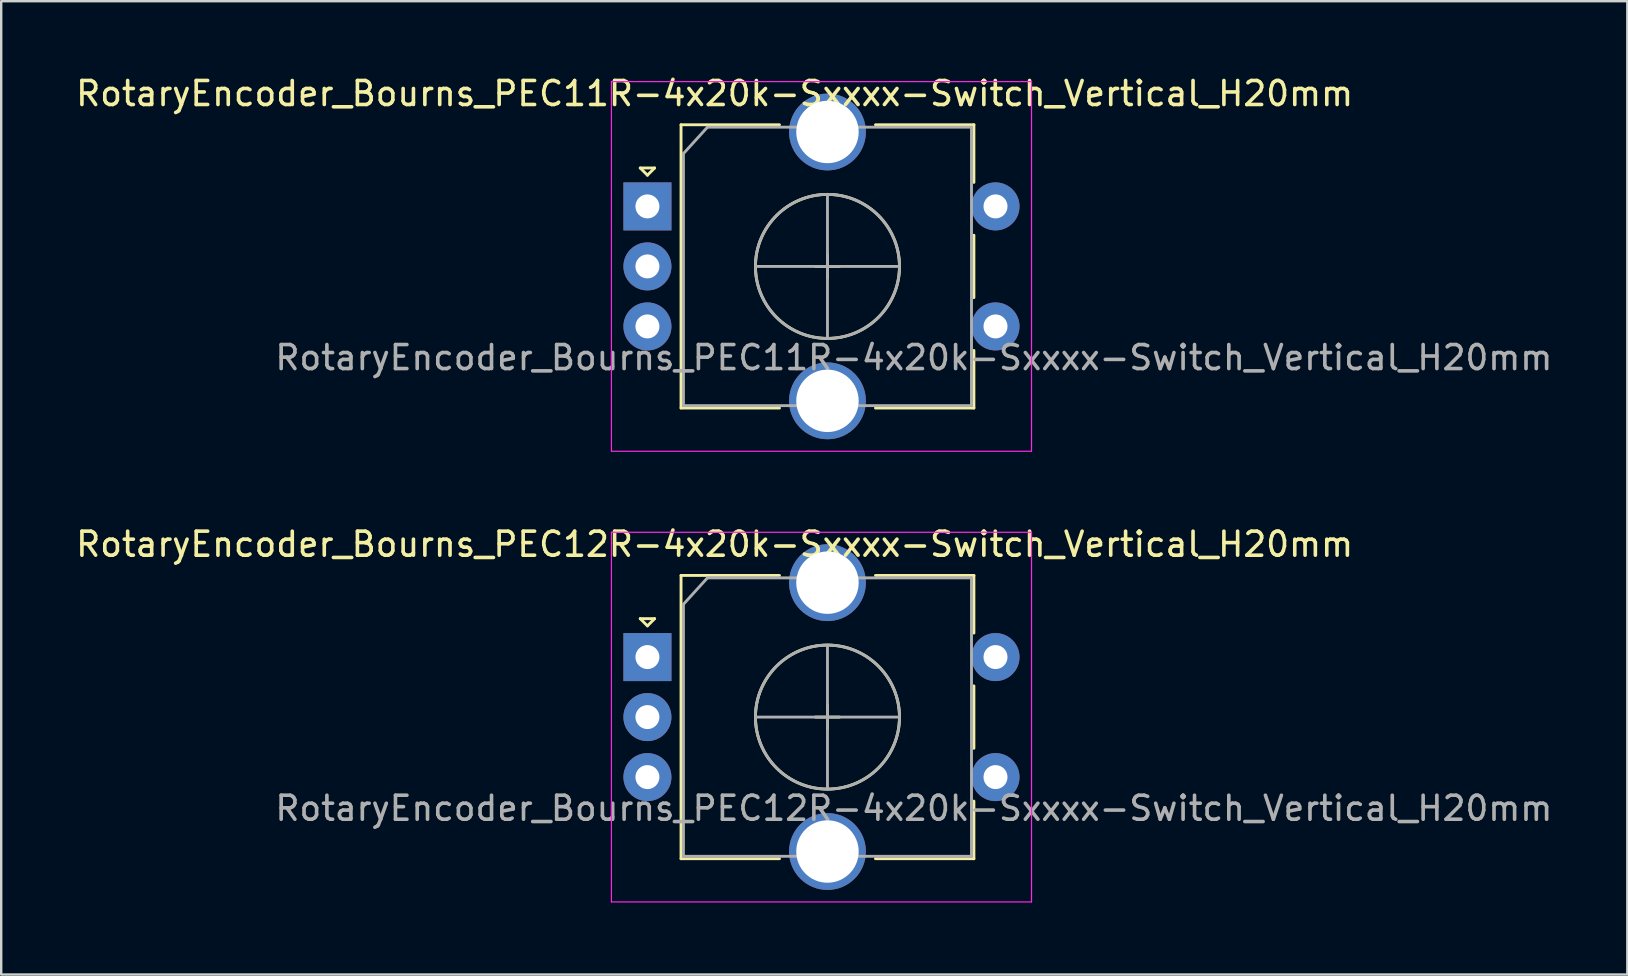
<source format=kicad_pcb>
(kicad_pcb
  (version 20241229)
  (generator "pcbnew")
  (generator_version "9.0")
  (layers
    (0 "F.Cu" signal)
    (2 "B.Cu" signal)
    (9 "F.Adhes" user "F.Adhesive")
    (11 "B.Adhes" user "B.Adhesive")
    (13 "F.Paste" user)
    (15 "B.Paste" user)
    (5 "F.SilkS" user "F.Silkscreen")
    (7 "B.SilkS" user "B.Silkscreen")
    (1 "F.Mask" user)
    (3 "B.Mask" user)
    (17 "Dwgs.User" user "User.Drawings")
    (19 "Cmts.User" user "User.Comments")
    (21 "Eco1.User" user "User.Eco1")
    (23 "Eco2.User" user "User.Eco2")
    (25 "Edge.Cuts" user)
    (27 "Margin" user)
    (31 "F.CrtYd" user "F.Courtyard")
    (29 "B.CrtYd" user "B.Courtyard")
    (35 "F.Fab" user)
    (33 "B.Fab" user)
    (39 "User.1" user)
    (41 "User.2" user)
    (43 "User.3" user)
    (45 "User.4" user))
  (footprint "RotaryEncoder_Bourns_PEC12R-4x20k-Sxxxx-Switch_Vertical_H20mm"
    (layer "F.Cu")
    (at 31.42 26.822)
    (property "Reference" "RotaryEncoder_Bourns_PEC12R-4x20k-Sxxxx-Switch_Vertical_H20mm" (at -4.7 -7.2 0) (layer "F.SilkS") (effects (font (size 1 1) (thickness 0.15))))
    (attr through_hole)
    (fp_line (start -7.8 -4.1) (end -7.2 -4.1) (stroke (width 0.12) (type solid)) (layer "F.SilkS"))
    (fp_line (start -7.5 -3.8) (end -7.8 -4.1) (stroke (width 0.12) (type solid)) (layer "F.SilkS"))
    (fp_line (start -7.2 -4.1) (end -7.5 -3.8) (stroke (width 0.12) (type solid)) (layer "F.SilkS"))
    (fp_line (start -6.1 -5.9) (end -6.1 5.9) (stroke (width 0.12) (type solid)) (layer "F.SilkS"))
    (fp_line (start -2 -5.9) (end -6.1 -5.9) (stroke (width 0.12) (type solid)) (layer "F.SilkS"))
    (fp_line (start -2 5.9) (end -6.1 5.9) (stroke (width 0.12) (type solid)) (layer "F.SilkS"))
    (fp_line (start -0.5 0) (end 0.5 0) (stroke (width 0.12) (type solid)) (layer "F.SilkS"))
    (fp_line (start 0 -0.5) (end 0 0.5) (stroke (width 0.12) (type solid)) (layer "F.SilkS"))
    (fp_line (start 2 -5.9) (end 6.1 -5.9) (stroke (width 0.12) (type solid)) (layer "F.SilkS"))
    (fp_line (start 6.1 -5.9) (end 6.1 -3.5) (stroke (width 0.12) (type solid)) (layer "F.SilkS"))
    (fp_line (start 6.1 -1.3) (end 6.1 1.3) (stroke (width 0.12) (type solid)) (layer "F.SilkS"))
    (fp_line (start 6.1 3.5) (end 6.1 5.9) (stroke (width 0.12) (type solid)) (layer "F.SilkS"))
    (fp_line (start 6.1 5.9) (end 2 5.9) (stroke (width 0.12) (type solid)) (layer "F.SilkS"))
    (fp_circle (center 0 0) (end 3 0) (stroke (width 0.12) (type solid)) (fill no) (layer "F.SilkS"))
    (fp_line (start -9 -7.7) (end -9 7.7) (stroke (width 0.05) (type solid)) (layer "F.CrtYd"))
    (fp_line (start -9 -7.7) (end 8.5 -7.7) (stroke (width 0.05) (type solid)) (layer "F.CrtYd"))
    (fp_line (start 8.5 7.7) (end -9 7.7) (stroke (width 0.05) (type solid)) (layer "F.CrtYd"))
    (fp_line (start 8.5 7.7) (end 8.5 -7.7) (stroke (width 0.05) (type solid)) (layer "F.CrtYd"))
    (fp_line (start -6 -4.7) (end -5 -5.8) (stroke (width 0.12) (type solid)) (layer "F.Fab"))
    (fp_line (start -6 5.8) (end -6 -4.7) (stroke (width 0.12) (type solid)) (layer "F.Fab"))
    (fp_line (start -5 -5.8) (end 6 -5.8) (stroke (width 0.12) (type solid)) (layer "F.Fab"))
    (fp_line (start -3 0) (end 3 0) (stroke (width 0.12) (type solid)) (layer "F.Fab"))
    (fp_line (start 0 -3) (end 0 3) (stroke (width 0.12) (type solid)) (layer "F.Fab"))
    (fp_line (start 6 -5.8) (end 6 5.8) (stroke (width 0.12) (type solid)) (layer "F.Fab"))
    (fp_line (start 6 5.8) (end -6 5.8) (stroke (width 0.12) (type solid)) (layer "F.Fab"))
    (fp_circle (center 0 0) (end 3 0) (stroke (width 0.12) (type solid)) (fill no) (layer "F.Fab"))
    (fp_text user "${REFERENCE}" (at 3.6 3.8 0) (layer "F.Fab") (effects (font (size 1 1) (thickness 0.15))))
    (pad "" thru_hole circle (at 0 -5.6) (size 3.2 3.2) (drill 2.6) (layers "*.Cu" "*.Mask"))
    (pad "" thru_hole circle (at 0 5.6) (size 3.2 3.2) (drill 2.6) (layers "*.Cu" "*.Mask"))
    (pad "A" thru_hole rect (at -7.5 -2.5) (size 2 2) (drill 1) (layers "*.Cu" "*.Mask"))
    (pad "B" thru_hole circle (at -7.5 2.5) (size 2 2) (drill 1) (layers "*.Cu" "*.Mask"))
    (pad "C" thru_hole circle (at -7.5 0) (size 2 2) (drill 1) (layers "*.Cu" "*.Mask"))
    (pad "S1" thru_hole circle (at 7 2.5) (size 2 2) (drill 1) (layers "*.Cu" "*.Mask"))
    (pad "S2" thru_hole circle (at 7 -2.5) (size 2 2) (drill 1) (layers "*.Cu" "*.Mask")))
  (footprint "RotaryEncoder_Bourns_PEC11R-4x20k-Sxxxx-Switch_Vertical_H20mm"
    (layer "F.Cu")
    (at 31.42 8.048)
    (property "Reference" "RotaryEncoder_Bourns_PEC11R-4x20k-Sxxxx-Switch_Vertical_H20mm" (at -4.7 -7.2 0) (layer "F.SilkS") (effects (font (size 1 1) (thickness 0.15))))
    (attr through_hole)
    (fp_line (start -7.8 -4.1) (end -7.2 -4.1) (stroke (width 0.12) (type solid)) (layer "F.SilkS"))
    (fp_line (start -7.5 -3.8) (end -7.8 -4.1) (stroke (width 0.12) (type solid)) (layer "F.SilkS"))
    (fp_line (start -7.2 -4.1) (end -7.5 -3.8) (stroke (width 0.12) (type solid)) (layer "F.SilkS"))
    (fp_line (start -6.1 -5.9) (end -6.1 5.9) (stroke (width 0.12) (type solid)) (layer "F.SilkS"))
    (fp_line (start -2 -5.9) (end -6.1 -5.9) (stroke (width 0.12) (type solid)) (layer "F.SilkS"))
    (fp_line (start -2 5.9) (end -6.1 5.9) (stroke (width 0.12) (type solid)) (layer "F.SilkS"))
    (fp_line (start -0.5 0) (end 0.5 0) (stroke (width 0.12) (type solid)) (layer "F.SilkS"))
    (fp_line (start 0 -0.5) (end 0 0.5) (stroke (width 0.12) (type solid)) (layer "F.SilkS"))
    (fp_line (start 2 -5.9) (end 6.1 -5.9) (stroke (width 0.12) (type solid)) (layer "F.SilkS"))
    (fp_line (start 6.1 -5.9) (end 6.1 -3.5) (stroke (width 0.12) (type solid)) (layer "F.SilkS"))
    (fp_line (start 6.1 -1.3) (end 6.1 1.3) (stroke (width 0.12) (type solid)) (layer "F.SilkS"))
    (fp_line (start 6.1 3.5) (end 6.1 5.9) (stroke (width 0.12) (type solid)) (layer "F.SilkS"))
    (fp_line (start 6.1 5.9) (end 2 5.9) (stroke (width 0.12) (type solid)) (layer "F.SilkS"))
    (fp_circle (center 0 0) (end 3 0) (stroke (width 0.12) (type solid)) (fill no) (layer "F.SilkS"))
    (fp_line (start -9 -7.7) (end -9 7.7) (stroke (width 0.05) (type solid)) (layer "F.CrtYd"))
    (fp_line (start -9 -7.7) (end 8.5 -7.7) (stroke (width 0.05) (type solid)) (layer "F.CrtYd"))
    (fp_line (start 8.5 7.7) (end -9 7.7) (stroke (width 0.05) (type solid)) (layer "F.CrtYd"))
    (fp_line (start 8.5 7.7) (end 8.5 -7.7) (stroke (width 0.05) (type solid)) (layer "F.CrtYd"))
    (fp_line (start -6 -4.7) (end -5 -5.8) (stroke (width 0.12) (type solid)) (layer "F.Fab"))
    (fp_line (start -6 5.8) (end -6 -4.7) (stroke (width 0.12) (type solid)) (layer "F.Fab"))
    (fp_line (start -5 -5.8) (end 6 -5.8) (stroke (width 0.12) (type solid)) (layer "F.Fab"))
    (fp_line (start -3 0) (end 3 0) (stroke (width 0.12) (type solid)) (layer "F.Fab"))
    (fp_line (start 0 -3) (end 0 3) (stroke (width 0.12) (type solid)) (layer "F.Fab"))
    (fp_line (start 6 -5.8) (end 6 5.8) (stroke (width 0.12) (type solid)) (layer "F.Fab"))
    (fp_line (start 6 5.8) (end -6 5.8) (stroke (width 0.12) (type solid)) (layer "F.Fab"))
    (fp_circle (center 0 0) (end 3 0) (stroke (width 0.12) (type solid)) (fill no) (layer "F.Fab"))
    (fp_text user "${REFERENCE}" (at 3.6 3.8 0) (layer "F.Fab") (effects (font (size 1 1) (thickness 0.15))))
    (pad "" thru_hole circle (at 0 -5.6) (size 3.2 3.2) (drill 2.6) (layers "*.Cu" "*.Mask"))
    (pad "" thru_hole circle (at 0 5.6) (size 3.2 3.2) (drill 2.6) (layers "*.Cu" "*.Mask"))
    (pad "A" thru_hole rect (at -7.5 -2.5) (size 2 2) (drill 1) (layers "*.Cu" "*.Mask"))
    (pad "B" thru_hole circle (at -7.5 2.5) (size 2 2) (drill 1) (layers "*.Cu" "*.Mask"))
    (pad "C" thru_hole circle (at -7.5 0) (size 2 2) (drill 1) (layers "*.Cu" "*.Mask"))
    (pad "S1" thru_hole circle (at 7 2.5) (size 2 2) (drill 1) (layers "*.Cu" "*.Mask"))
    (pad "S2" thru_hole circle (at 7 -2.5) (size 2 2) (drill 1) (layers "*.Cu" "*.Mask")))
  (gr_rect
    (start -3 -3)
    (end 64.74 37.547)
    (stroke (width 0.1) (type default))
    (fill no)
    (layer "Edge.Cuts")))
</source>
